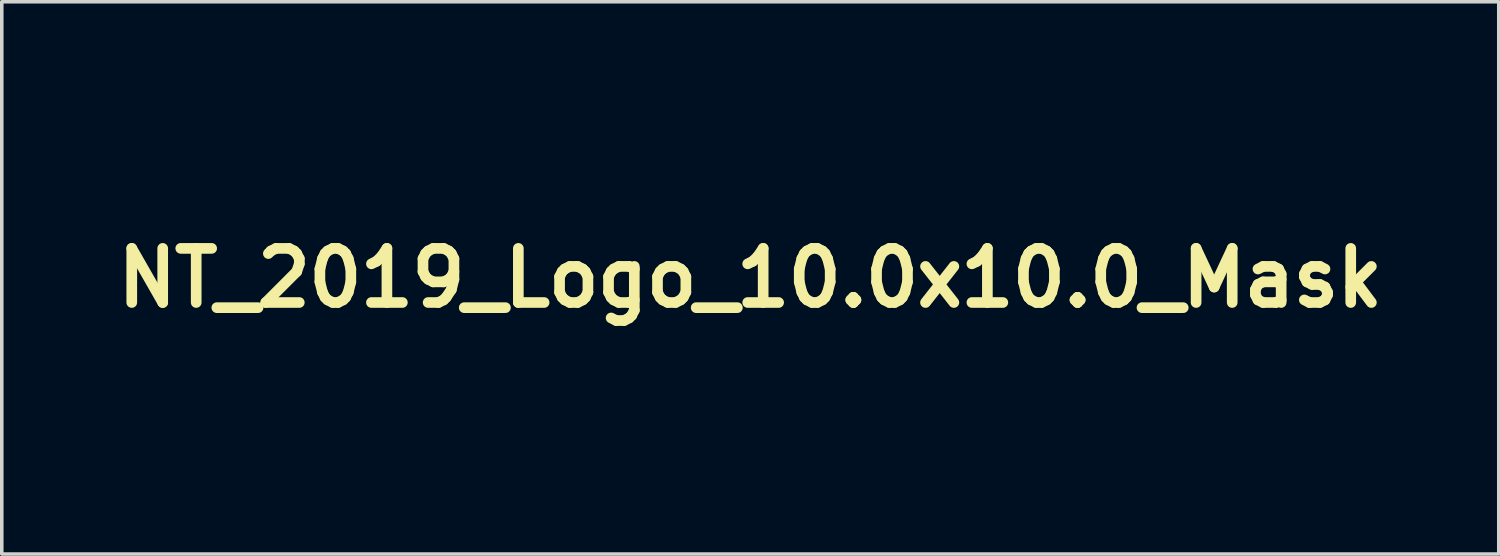
<source format=kicad_pcb>
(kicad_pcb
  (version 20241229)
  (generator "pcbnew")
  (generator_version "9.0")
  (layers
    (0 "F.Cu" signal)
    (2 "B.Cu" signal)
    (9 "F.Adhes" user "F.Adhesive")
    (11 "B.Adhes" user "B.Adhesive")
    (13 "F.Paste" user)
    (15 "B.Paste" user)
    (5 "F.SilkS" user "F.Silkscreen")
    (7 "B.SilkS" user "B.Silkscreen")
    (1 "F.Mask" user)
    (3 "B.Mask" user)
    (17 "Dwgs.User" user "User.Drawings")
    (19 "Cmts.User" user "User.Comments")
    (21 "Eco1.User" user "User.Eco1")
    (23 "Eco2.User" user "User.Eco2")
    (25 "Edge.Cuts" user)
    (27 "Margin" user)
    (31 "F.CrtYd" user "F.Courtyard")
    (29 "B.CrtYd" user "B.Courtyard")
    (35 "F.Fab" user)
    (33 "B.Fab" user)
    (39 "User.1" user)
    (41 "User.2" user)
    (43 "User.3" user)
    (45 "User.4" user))
  (footprint "NT_2019_Logo_10.0x10.0_Mask"
    (layer "F.Cu")
    (at 18.078 4.779)
    (property "Reference" "NT_2019_Logo_10.0x10.0_Mask" (at 0 0 0) (layer "F.SilkS") (effects (font (size 1.524 1.524) (thickness 0.3))))
    (attr through_hole)
    (fp_poly (pts (xy -2.965 2.146) (xy -2.987 2.168) (xy -3.009 2.146) (xy -2.987 2.124) (xy -2.965 2.146)) (stroke (width 0.01) (type solid)) (fill yes) (layer "F.Mask"))
    (fp_poly (pts (xy 2.39 2.81) (xy 2.367 2.832) (xy 2.345 2.81) (xy 2.367 2.788) (xy 2.39 2.81)) (stroke (width 0.01) (type solid)) (fill yes) (layer "F.Mask"))
    (fp_poly (pts (xy 2.39 2.898) (xy 2.367 2.921) (xy 2.345 2.898) (xy 2.367 2.876) (xy 2.39 2.898)) (stroke (width 0.01) (type solid)) (fill yes) (layer "F.Mask"))
    (fp_poly (pts (xy 2.39 2.987) (xy 2.367 3.009) (xy 2.345 2.987) (xy 2.367 2.965) (xy 2.39 2.987)) (stroke (width 0.01) (type solid)) (fill yes) (layer "F.Mask"))
    (fp_poly (pts (xy 2.39 3.075) (xy 2.367 3.098) (xy 2.345 3.075) (xy 2.367 3.053) (xy 2.39 3.075)) (stroke (width 0.01) (type solid)) (fill yes) (layer "F.Mask"))
    (fp_poly (pts (xy 2.434 3.651) (xy 2.412 3.673) (xy 2.39 3.651) (xy 2.412 3.629) (xy 2.434 3.651)) (stroke (width 0.01) (type solid)) (fill yes) (layer "F.Mask"))
    (fp_poly (pts (xy 2.434 3.739) (xy 2.412 3.761) (xy 2.39 3.739) (xy 2.412 3.717) (xy 2.434 3.739)) (stroke (width 0.01) (type solid)) (fill yes) (layer "F.Mask"))
    (fp_poly (pts (xy 2.434 3.828) (xy 2.412 3.85) (xy 2.39 3.828) (xy 2.412 3.806) (xy 2.434 3.828)) (stroke (width 0.01) (type solid)) (fill yes) (layer "F.Mask"))
    (fp_poly (pts (xy 2.434 3.916) (xy 2.412 3.938) (xy 2.39 3.916) (xy 2.412 3.894) (xy 2.434 3.916)) (stroke (width 0.01) (type solid)) (fill yes) (layer "F.Mask"))
    (fp_poly (pts (xy 2.478 3.12) (xy 2.456 3.142) (xy 2.434 3.12) (xy 2.456 3.098) (xy 2.478 3.12)) (stroke (width 0.01) (type solid)) (fill yes) (layer "F.Mask"))
    (fp_poly (pts (xy 2.478 3.208) (xy 2.456 3.23) (xy 2.434 3.208) (xy 2.456 3.186) (xy 2.478 3.208)) (stroke (width 0.01) (type solid)) (fill yes) (layer "F.Mask"))
    (fp_poly (pts (xy 2.478 3.297) (xy 2.456 3.319) (xy 2.434 3.297) (xy 2.456 3.275) (xy 2.478 3.297)) (stroke (width 0.01) (type solid)) (fill yes) (layer "F.Mask"))
    (fp_poly (pts (xy 2.522 4.049) (xy 2.5 4.071) (xy 2.478 4.049) (xy 2.5 4.027) (xy 2.522 4.049)) (stroke (width 0.01) (type solid)) (fill yes) (layer "F.Mask"))
    (fp_poly (pts (xy 2.522 4.137) (xy 2.5 4.16) (xy 2.478 4.137) (xy 2.5 4.115) (xy 2.522 4.137)) (stroke (width 0.01) (type solid)) (fill yes) (layer "F.Mask"))
    (fp_poly (pts (xy 2.522 4.226) (xy 2.5 4.248) (xy 2.478 4.226) (xy 2.5 4.204) (xy 2.522 4.226)) (stroke (width 0.01) (type solid)) (fill yes) (layer "F.Mask"))
    (fp_poly (pts (xy 2.331 -4.012) (xy 2.324 -3.986) (xy 2.301 -3.983) (xy 2.265 -3.999) (xy 2.272 -4.012) (xy 2.324 -4.017) (xy 2.331 -4.012)) (stroke (width 0.01) (type solid)) (fill yes) (layer "F.Mask"))
    (fp_poly (pts (xy 1.283 1.406) (xy 1.283 1.416) (xy 1.249 1.459) (xy 1.236 1.46) (xy 1.21 1.433) (xy 1.217 1.416) (xy 1.257 1.374) (xy 1.264 1.372) (xy 1.283 1.406)) (stroke (width 0.01) (type solid)) (fill yes) (layer "F.Mask"))
    (fp_poly (pts (xy 2.638 -4.265) (xy 2.589 -4.204) (xy 2.522 -4.138) (xy 2.486 -4.115) (xy 2.495 -4.143) (xy 2.544 -4.204) (xy 2.611 -4.269) (xy 2.647 -4.292) (xy 2.638 -4.265)) (stroke (width 0.01) (type solid)) (fill yes) (layer "F.Mask"))
    (fp_poly (pts (xy -1.878 2.6) (xy -1.972 2.7) (xy -2.021 2.741) (xy -2.036 2.73) (xy -2.036 2.73) (xy -2.006 2.695) (xy -1.931 2.622) (xy -1.892 2.586) (xy -1.748 2.456) (xy -1.878 2.6)) (stroke (width 0.01) (type solid)) (fill yes) (layer "F.Mask"))
    (fp_poly (pts (xy -0.829 1.531) (xy -0.819 1.59) (xy -0.849 1.658) (xy -0.887 1.682) (xy -0.943 1.65) (xy -0.948 1.642) (xy -0.942 1.59) (xy -0.893 1.539) (xy -0.84 1.525) (xy -0.829 1.531)) (stroke (width 0.01) (type solid)) (fill yes) (layer "F.Mask"))
    (fp_poly (pts (xy -1.417 2.419) (xy -1.334 2.495) (xy -1.239 2.589) (xy -1.142 2.691) (xy -1.08 2.763) (xy -1.066 2.788) (xy -1.106 2.759) (xy -1.188 2.683) (xy -1.283 2.589) (xy -1.38 2.486) (xy -1.443 2.415) (xy -1.457 2.39) (xy -1.417 2.419)) (stroke (width 0.01) (type solid)) (fill yes) (layer "F.Mask"))
    (fp_poly (pts (xy -1.257 1.931) (xy -1.314 1.999) (xy -1.328 2.013) (xy -1.403 2.088) (xy -1.451 2.124) (xy -1.454 2.124) (xy -1.442 2.096) (xy -1.385 2.028) (xy -1.372 2.013) (xy -1.296 1.939) (xy -1.248 1.903) (xy -1.246 1.903) (xy -1.257 1.931)) (stroke (width 0.01) (type solid)) (fill yes) (layer "F.Mask"))
    (fp_poly (pts (xy 3.698 3.701) (xy 3.636 3.773) (xy 3.584 3.828) (xy 3.493 3.918) (xy 3.428 3.974) (xy 3.412 3.983) (xy 3.427 3.954) (xy 3.488 3.883) (xy 3.54 3.828) (xy 3.631 3.738) (xy 3.696 3.682) (xy 3.712 3.673) (xy 3.698 3.701)) (stroke (width 0.01) (type solid)) (fill yes) (layer "F.Mask"))
    (fp_poly (pts (xy 3.175 -3.74) (xy 3.359 -3.56) (xy 3.488 -3.433) (xy 3.569 -3.35) (xy 3.612 -3.302) (xy 3.624 -3.279) (xy 3.617 -3.275) (xy 3.583 -3.304) (xy 3.5 -3.387) (xy 3.377 -3.51) (xy 3.227 -3.663) (xy 3.163 -3.728) (xy 2.721 -4.182) (xy 3.175 -3.74)) (stroke (width 0.01) (type solid)) (fill yes) (layer "F.Mask"))
    (fp_poly (pts (xy -3.069 0.799) (xy -3.031 0.829) (xy -2.882 0.957) (xy -2.736 1.093) (xy -2.605 1.223) (xy -2.504 1.333) (xy -2.446 1.409) (xy -2.439 1.436) (xy -2.476 1.414) (xy -2.562 1.34) (xy -2.685 1.224) (xy -2.832 1.078) (xy -2.856 1.053) (xy -3.005 0.899) (xy -3.09 0.805) (xy -3.111 0.772) (xy -3.069 0.799)) (stroke (width 0.01) (type solid)) (fill yes) (layer "F.Mask"))
    (fp_poly (pts (xy -2.26 1.622) (xy -2.174 1.702) (xy -2.054 1.819) (xy -1.947 1.925) (xy -1.815 2.06) (xy -1.712 2.169) (xy -1.651 2.238) (xy -1.639 2.257) (xy -1.678 2.227) (xy -1.764 2.148) (xy -1.885 2.031) (xy -1.991 1.925) (xy -2.124 1.79) (xy -2.227 1.681) (xy -2.288 1.612) (xy -2.299 1.593) (xy -2.26 1.622)) (stroke (width 0.01) (type solid)) (fill yes) (layer "F.Mask"))
    (fp_poly (pts (xy -0.147 -0.154) (xy -0.019 -0.089) (xy 0.042 0.019) (xy 0.027 0.161) (xy -0.002 0.224) (xy -0.045 0.274) (xy -0.122 0.3) (xy -0.257 0.309) (xy -0.312 0.31) (xy -0.463 0.306) (xy -0.55 0.289) (xy -0.599 0.25) (xy -0.629 0.195) (xy -0.659 0.088) (xy -0.628 -0.015) (xy -0.616 -0.037) (xy -0.559 -0.113) (xy -0.475 -0.151) (xy -0.337 -0.169) (xy -0.147 -0.154)) (stroke (width 0.01) (type solid)) (fill yes) (layer "F.Mask"))
    (fp_poly (pts (xy -1.238 -2.432) (xy -1.217 -2.345) (xy -1.241 -2.254) (xy -1.317 -2.221) (xy -1.41 -2.237) (xy -1.443 -2.276) (xy -1.448 -2.33) (xy -1.408 -2.33) (xy -1.399 -2.269) (xy -1.343 -2.264) (xy -1.274 -2.307) (xy -1.261 -2.346) (xy -1.289 -2.402) (xy -1.347 -2.405) (xy -1.398 -2.36) (xy -1.408 -2.33) (xy -1.448 -2.33) (xy -1.453 -2.385) (xy -1.4 -2.457) (xy -1.317 -2.47) (xy -1.238 -2.432)) (stroke (width 0.01) (type solid)) (fill yes) (layer "F.Mask"))
    (fp_poly (pts (xy -3.893 3.789) (xy -3.799 3.854) (xy -3.739 3.952) (xy -3.732 4.064) (xy -3.782 4.158) (xy -3.9 4.234) (xy -4.032 4.237) (xy -4.134 4.179) (xy -4.195 4.065) (xy -4.139 4.065) (xy -4.086 4.127) (xy -4.003 4.13) (xy -3.92 4.086) (xy -3.865 4.002) (xy -3.858 3.969) (xy -3.86 3.882) (xy -3.912 3.852) (xy -3.952 3.85) (xy -4.072 3.882) (xy -4.139 3.964) (xy -4.139 4.065) (xy -4.195 4.065) (xy -4.197 4.061) (xy -4.185 3.929) (xy -4.114 3.826) (xy -4.004 3.773) (xy -3.893 3.789)) (stroke (width 0.01) (type solid)) (fill yes) (layer "F.Mask"))
    (fp_poly (pts (xy -3.875 -4.173) (xy -3.774 -4.079) (xy -3.765 -4.065) (xy -3.725 -3.973) (xy -3.738 -3.897) (xy -3.776 -3.833) (xy -3.88 -3.74) (xy -4.006 -3.72) (xy -4.125 -3.778) (xy -4.134 -3.787) (xy -4.196 -3.904) (xy -4.191 -3.973) (xy -4.15 -3.973) (xy -4.138 -3.894) (xy -4.067 -3.85) (xy -3.971 -3.857) (xy -3.891 -3.907) (xy -3.87 -3.943) (xy -3.872 -4.045) (xy -3.929 -4.12) (xy -4.016 -4.141) (xy -4.039 -4.135) (xy -4.113 -4.071) (xy -4.15 -3.973) (xy -4.191 -3.973) (xy -4.186 -4.035) (xy -4.119 -4.134) (xy -3.998 -4.193) (xy -3.875 -4.173)) (stroke (width 0.01) (type solid)) (fill yes) (layer "F.Mask"))
    (fp_poly (pts (xy 4.098 3.776) (xy 4.179 3.831) (xy 4.233 3.934) (xy 4.245 4.064) (xy 4.211 4.175) (xy 4.195 4.195) (xy 4.089 4.246) (xy 3.962 4.237) (xy 3.852 4.174) (xy 3.828 4.143) (xy 3.808 4.085) (xy 3.857 4.085) (xy 3.9 4.112) (xy 3.968 4.108) (xy 4.064 4.077) (xy 4.103 3.998) (xy 4.108 3.968) (xy 4.108 3.88) (xy 4.065 3.853) (xy 3.997 3.858) (xy 3.901 3.888) (xy 3.862 3.967) (xy 3.858 3.997) (xy 3.857 4.085) (xy 3.808 4.085) (xy 3.785 4.018) (xy 3.809 3.903) (xy 3.881 3.813) (xy 3.984 3.766) (xy 4.098 3.776)) (stroke (width 0.01) (type solid)) (fill yes) (layer "F.Mask"))
    (fp_poly (pts (xy 4.139 -4.167) (xy 4.218 -4.076) (xy 4.244 -3.957) (xy 4.207 -3.837) (xy 4.167 -3.79) (xy 4.047 -3.724) (xy 3.927 -3.745) (xy 3.85 -3.806) (xy 3.784 -3.899) (xy 3.768 -3.952) (xy 3.85 -3.952) (xy 3.863 -3.875) (xy 3.922 -3.854) (xy 3.972 -3.858) (xy 4.066 -3.89) (xy 4.104 -3.973) (xy 4.107 -3.994) (xy 4.094 -4.104) (xy 4.051 -4.143) (xy 3.957 -4.139) (xy 3.882 -4.07) (xy 3.85 -3.957) (xy 3.85 -3.952) (xy 3.768 -3.952) (xy 3.761 -3.976) (xy 3.8 -4.08) (xy 3.894 -4.166) (xy 4.01 -4.204) (xy 4.016 -4.204) (xy 4.139 -4.167)) (stroke (width 0.01) (type solid)) (fill yes) (layer "F.Mask"))
    (fp_poly (pts (xy -0.561 -4.774) (xy -0.057 -4.772) (xy 0.451 -4.77) (xy 0.953 -4.766) (xy 1.442 -4.762) (xy 1.91 -4.757) (xy 2.348 -4.751) (xy 2.749 -4.744) (xy 3.103 -4.737) (xy 3.403 -4.729) (xy 3.641 -4.72) (xy 3.807 -4.71) (xy 3.895 -4.7) (xy 3.902 -4.698) (xy 4.201 -4.556) (xy 4.445 -4.352) (xy 4.623 -4.096) (xy 4.757 -3.834) (xy 4.769 -0.071) (xy 4.771 0.62) (xy 4.773 1.228) (xy 4.774 1.759) (xy 4.774 2.218) (xy 4.772 2.612) (xy 4.768 2.947) (xy 4.762 3.227) (xy 4.753 3.46) (xy 4.74 3.65) (xy 4.725 3.804) (xy 4.705 3.926) (xy 4.68 4.024) (xy 4.651 4.102) (xy 4.617 4.167) (xy 4.577 4.224) (xy 4.531 4.279) (xy 4.479 4.337) (xy 4.465 4.354) (xy 4.307 4.498) (xy 4.12 4.622) (xy 4.062 4.651) (xy 3.828 4.757) (xy 0.089 4.765) (xy -0.583 4.766) (xy -1.172 4.767) (xy -1.684 4.767) (xy -2.124 4.767) (xy -2.5 4.765) (xy -2.815 4.763) (xy -3.078 4.76) (xy -3.292 4.755) (xy -3.464 4.75) (xy -3.599 4.743) (xy -3.704 4.735) (xy -3.784 4.725) (xy -3.846 4.714) (xy -3.885 4.703) (xy -4.15 4.582) (xy -4.387 4.391) (xy -4.575 4.151) (xy -4.655 3.992) (xy -4.757 3.739) (xy -4.76 2.887) (xy -4.682 2.887) (xy -4.679 3.245) (xy -4.644 3.584) (xy -4.578 3.882) (xy -4.486 4.117) (xy -4.481 4.126) (xy -4.352 4.317) (xy -4.19 4.464) (xy -3.985 4.569) (xy -3.726 4.639) (xy -3.401 4.677) (xy -3.076 4.688) (xy -2.545 4.691) (xy -2.796 4.439) (xy -2.498 4.439) (xy -2.492 4.509) (xy -2.468 4.577) (xy -2.44 4.566) (xy -2.424 4.539) (xy -2.396 4.445) (xy -2.398 4.403) (xy -2.436 4.363) (xy -2.465 4.373) (xy -2.498 4.439) (xy -2.796 4.439) (xy -3.607 3.628) (xy -4.668 2.565) (xy -4.682 2.887) (xy -4.76 2.887) (xy -4.762 2.481) (xy -4.543 2.481) (xy -4.526 2.526) (xy -4.489 2.569) (xy -4.408 2.659) (xy -4.396 2.637) (xy -4.338 2.637) (xy -3.56 3.409) (xy -3.341 3.629) (xy -3.139 3.835) (xy -2.965 4.016) (xy -2.828 4.162) (xy -2.738 4.264) (xy -2.709 4.304) (xy -2.635 4.426) (xy -2.502 4.292) (xy -2.368 4.159) (xy -3.142 3.385) (xy -2.965 3.385) (xy -2.93 3.472) (xy -2.849 3.552) (xy -2.766 3.584) (xy -2.688 3.555) (xy -2.636 3.515) (xy -2.58 3.433) (xy -2.567 3.385) (xy -2.602 3.298) (xy -2.682 3.219) (xy -2.766 3.186) (xy -2.853 3.221) (xy -2.932 3.301) (xy -2.965 3.385) (xy -3.142 3.385) (xy -3.241 3.286) (xy -3.462 3.065) (xy -3.367 3.065) (xy -3.269 3.17) (xy -3.194 3.242) (xy -3.145 3.274) (xy -3.143 3.275) (xy -3.102 3.245) (xy -3.018 3.166) (xy -2.909 3.055) (xy -2.904 3.05) (xy -2.699 3.05) (xy -2.663 3.096) (xy -2.616 3.118) (xy -2.522 3.189) (xy -2.466 3.309) (xy -2.46 3.441) (xy -2.481 3.503) (xy -2.546 3.597) (xy -2.6 3.644) (xy -2.621 3.677) (xy -2.597 3.734) (xy -2.518 3.829) (xy -2.434 3.916) (xy -2.203 4.15) (xy -2.252 4.378) (xy -2.28 4.515) (xy -2.298 4.618) (xy -2.301 4.65) (xy -2.257 4.659) (xy -2.126 4.667) (xy -1.91 4.673) (xy -1.61 4.678) (xy -1.228 4.681) (xy -0.766 4.683) (xy -0.225 4.684) (xy 0.394 4.682) (xy 0.763 4.681) (xy 1.359 4.678) (xy 1.872 4.676) (xy 2.31 4.674) (xy 2.679 4.671) (xy 2.985 4.667) (xy 3.236 4.663) (xy 3.438 4.658) (xy 3.597 4.652) (xy 3.72 4.644) (xy 3.814 4.635) (xy 3.884 4.624) (xy 3.938 4.611) (xy 3.982 4.596) (xy 4.022 4.578) (xy 4.027 4.576) (xy 4.264 4.421) (xy 4.462 4.206) (xy 4.599 3.955) (xy 4.622 3.889) (xy 4.647 3.769) (xy 4.667 3.604) (xy 4.681 3.412) (xy 4.69 3.211) (xy 4.693 3.019) (xy 4.689 2.855) (xy 4.678 2.734) (xy 4.66 2.676) (xy 4.649 2.675) (xy 4.592 2.671) (xy 4.583 2.66) (xy 4.533 2.654) (xy 4.436 2.686) (xy 4.392 2.707) (xy 4.217 2.763) (xy 3.992 2.784) (xy 3.746 2.772) (xy 3.511 2.729) (xy 3.327 2.66) (xy 3.259 2.632) (xy 3.759 2.632) (xy 3.802 2.639) (xy 3.914 2.641) (xy 3.916 2.641) (xy 4.034 2.639) (xy 4.085 2.633) (xy 4.061 2.623) (xy 3.926 2.616) (xy 3.795 2.623) (xy 3.759 2.632) (xy 3.259 2.632) (xy 3.182 2.6) (xy 4.223 2.6) (xy 4.267 2.607) (xy 4.324 2.599) (xy 4.325 2.584) (xy 4.265 2.574) (xy 4.24 2.581) (xy 4.223 2.6) (xy 3.182 2.6) (xy 3.174 2.597) (xy 3.059 2.589) (xy 3.027 2.597) (xy 2.99 2.616) (xy 2.988 2.641) (xy 3.03 2.681) (xy 3.125 2.743) (xy 3.283 2.834) (xy 3.44 2.921) (xy 3.642 3.03) (xy 3.825 3.123) (xy 3.971 3.192) (xy 4.062 3.228) (xy 4.071 3.231) (xy 4.156 3.261) (xy 4.19 3.314) (xy 4.169 3.395) (xy 4.09 3.513) (xy 3.949 3.675) (xy 3.799 3.832) (xy 3.594 4.033) (xy 3.437 4.166) (xy 3.324 4.234) (xy 3.251 4.237) (xy 3.213 4.18) (xy 3.204 4.112) (xy 3.181 4.029) (xy 3.124 3.889) (xy 3.04 3.713) (xy 2.948 3.537) (xy 2.696 3.075) (xy 2.719 3.407) (xy 2.731 3.608) (xy 2.742 3.853) (xy 2.752 4.101) (xy 2.754 4.182) (xy 2.766 4.624) (xy 2.279 4.624) (xy 2.248 4.226) (xy 2.233 4.017) (xy 2.215 3.756) (xy 2.198 3.477) (xy 2.184 3.252) (xy 2.17 3.021) (xy 2.156 2.875) (xy 2.145 2.818) (xy 2.306 2.818) (xy 2.307 2.924) (xy 2.313 3.079) (xy 2.325 3.292) (xy 2.341 3.572) (xy 2.363 3.928) (xy 2.373 4.082) (xy 2.399 4.514) (xy 2.531 4.514) (xy 2.616 4.508) (xy 2.648 4.473) (xy 2.643 4.383) (xy 2.638 4.348) (xy 2.629 4.248) (xy 2.617 4.079) (xy 2.605 3.859) (xy 2.593 3.607) (xy 2.585 3.429) (xy 2.574 3.179) (xy 2.56 2.958) (xy 2.546 2.783) (xy 2.532 2.669) (xy 2.67 2.669) (xy 2.68 2.716) (xy 2.726 2.823) (xy 2.8 2.975) (xy 2.892 3.157) (xy 2.995 3.353) (xy 3.1 3.546) (xy 3.199 3.721) (xy 3.283 3.863) (xy 3.344 3.955) (xy 3.372 3.983) (xy 3.389 4.008) (xy 3.363 4.049) (xy 3.314 4.113) (xy 3.321 4.117) (xy 3.38 4.066) (xy 3.487 3.963) (xy 3.637 3.812) (xy 3.718 3.729) (xy 3.842 3.599) (xy 3.921 3.514) (xy 3.949 3.48) (xy 3.922 3.501) (xy 3.905 3.516) (xy 3.806 3.602) (xy 3.737 3.647) (xy 3.717 3.645) (xy 3.747 3.587) (xy 3.819 3.504) (xy 3.828 3.496) (xy 3.902 3.418) (xy 3.938 3.367) (xy 3.938 3.363) (xy 3.902 3.332) (xy 3.803 3.268) (xy 3.658 3.183) (xy 3.482 3.083) (xy 3.291 2.977) (xy 3.101 2.875) (xy 2.929 2.785) (xy 2.789 2.715) (xy 2.697 2.675) (xy 2.67 2.669) (xy 2.532 2.669) (xy 2.532 2.669) (xy 2.522 2.633) (xy 2.498 2.589) (xy 2.832 2.589) (xy 2.854 2.611) (xy 2.876 2.589) (xy 2.854 2.567) (xy 2.832 2.589) (xy 2.498 2.589) (xy 2.477 2.551) (xy 2.466 2.522) (xy 2.456 2.51) (xy 2.46 2.573) (xy 2.461 2.578) (xy 2.459 2.667) (xy 2.412 2.698) (xy 2.383 2.699) (xy 2.357 2.698) (xy 2.336 2.7) (xy 2.32 2.715) (xy 2.31 2.751) (xy 2.306 2.818) (xy 2.145 2.818) (xy 2.143 2.81) (xy 2.13 2.823) (xy 2.124 2.854) (xy 2.068 3.067) (xy 1.976 3.241) (xy 1.863 3.356) (xy 1.832 3.373) (xy 1.741 3.399) (xy 1.667 3.366) (xy 1.628 3.329) (xy 1.564 3.211) (xy 1.537 3.044) (xy 1.539 3.028) (xy 1.655 3.028) (xy 1.678 3.177) (xy 1.686 3.195) (xy 1.739 3.293) (xy 1.776 3.193) (xy 1.819 3.126) (xy 1.855 3.118) (xy 1.911 3.111) (xy 1.929 3.091) (xy 1.935 3.061) (xy 1.902 3.076) (xy 1.864 3.086) (xy 1.876 3.03) (xy 1.877 3.027) (xy 1.901 2.943) (xy 1.947 2.943) (xy 1.969 2.965) (xy 1.991 2.943) (xy 1.969 2.921) (xy 1.947 2.943) (xy 1.901 2.943) (xy 1.904 2.933) (xy 1.933 2.795) (xy 1.944 2.732) (xy 1.945 2.718) (xy 1.995 2.718) (xy 2.003 2.775) (xy 2.018 2.776) (xy 2.029 2.717) (xy 2.022 2.691) (xy 2.002 2.674) (xy 1.995 2.718) (xy 1.945 2.718) (xy 1.954 2.588) (xy 1.927 2.522) (xy 1.87 2.537) (xy 1.788 2.636) (xy 1.773 2.66) (xy 1.689 2.846) (xy 1.655 3.028) (xy 1.539 3.028) (xy 1.55 2.857) (xy 1.602 2.683) (xy 1.614 2.658) (xy 1.657 2.567) (xy 1.652 2.53) (xy 1.592 2.522) (xy 1.575 2.522) (xy 1.376 2.486) (xy 1.191 2.39) (xy 1.043 2.25) (xy 0.955 2.085) (xy 0.947 2.051) (xy 0.938 2.014) (xy 1.074 2.014) (xy 1.152 2.126) (xy 1.164 2.137) (xy 1.219 2.193) (xy 1.208 2.192) (xy 1.175 2.168) (xy 1.114 2.125) (xy 1.114 2.136) (xy 1.166 2.198) (xy 1.253 2.265) (xy 1.317 2.268) (xy 1.363 2.265) (xy 1.361 2.283) (xy 1.383 2.307) (xy 1.473 2.317) (xy 1.519 2.316) (xy 1.704 2.307) (xy 1.549 2.342) (xy 1.453 2.366) (xy 1.439 2.377) (xy 1.503 2.383) (xy 1.519 2.384) (xy 1.644 2.372) (xy 1.647 2.371) (xy 1.902 2.371) (xy 1.932 2.449) (xy 1.994 2.477) (xy 2.031 2.427) (xy 2.031 2.426) (xy 2.085 2.426) (xy 2.126 2.475) (xy 2.146 2.478) (xy 2.193 2.448) (xy 2.211 2.348) (xy 2.211 2.314) (xy 2.257 2.314) (xy 2.26 2.476) (xy 2.274 2.567) (xy 2.303 2.606) (xy 2.328 2.611) (xy 2.367 2.599) (xy 2.383 2.549) (xy 2.378 2.442) (xy 2.369 2.356) (xy 2.34 2.179) (xy 2.331 2.146) (xy 2.407 2.146) (xy 2.436 2.25) (xy 2.502 2.419) (xy 2.504 2.425) (xy 2.551 2.519) (xy 2.597 2.545) (xy 2.651 2.525) (xy 2.685 2.502) (xy 3.337 2.502) (xy 3.341 2.523) (xy 3.389 2.559) (xy 3.439 2.566) (xy 3.452 2.549) (xy 3.417 2.521) (xy 3.383 2.505) (xy 3.337 2.502) (xy 2.685 2.502) (xy 2.699 2.493) (xy 2.71 2.456) (xy 2.921 2.456) (xy 2.943 2.478) (xy 2.965 2.456) (xy 2.943 2.434) (xy 2.921 2.456) (xy 2.71 2.456) (xy 2.711 2.454) (xy 2.683 2.383) (xy 2.643 2.309) (xy 2.79 2.309) (xy 2.821 2.332) (xy 2.861 2.368) (xy 2.859 2.382) (xy 2.882 2.404) (xy 2.947 2.412) (xy 3.035 2.386) (xy 3.046 2.355) (xy 3.194 2.355) (xy 3.23 2.436) (xy 3.275 2.46) (xy 3.391 2.477) (xy 3.49 2.508) (xy 3.545 2.542) (xy 3.541 2.566) (xy 3.55 2.58) (xy 3.63 2.584) (xy 3.765 2.578) (xy 3.937 2.562) (xy 4.13 2.539) (xy 4.16 2.535) (xy 4.29 2.517) (xy 4.383 2.505) (xy 4.403 2.503) (xy 4.438 2.471) (xy 4.438 2.456) (xy 4.558 2.456) (xy 4.58 2.478) (xy 4.602 2.456) (xy 4.58 2.434) (xy 4.558 2.456) (xy 4.438 2.456) (xy 4.435 2.374) (xy 4.432 2.353) (xy 4.382 2.299) (xy 4.267 2.242) (xy 4.11 2.19) (xy 3.932 2.151) (xy 3.805 2.135) (xy 3.574 2.134) (xy 3.387 2.167) (xy 3.257 2.227) (xy 3.196 2.311) (xy 3.194 2.355) (xy 3.046 2.355) (xy 3.053 2.337) (xy 3.017 2.266) (xy 2.934 2.228) (xy 2.846 2.237) (xy 2.817 2.258) (xy 2.79 2.309) (xy 2.643 2.309) (xy 2.626 2.279) (xy 2.551 2.165) (xy 2.515 2.129) (xy 2.668 2.129) (xy 2.677 2.173) (xy 2.68 2.181) (xy 2.715 2.235) (xy 2.735 2.236) (xy 2.73 2.189) (xy 2.705 2.156) (xy 2.668 2.129) (xy 2.515 2.129) (xy 2.48 2.093) (xy 2.449 2.08) (xy 2.412 2.094) (xy 2.407 2.146) (xy 2.331 2.146) (xy 2.311 2.082) (xy 2.285 2.068) (xy 2.265 2.137) (xy 2.257 2.293) (xy 2.257 2.314) (xy 2.211 2.314) (xy 2.211 2.312) (xy 2.207 2.208) (xy 2.192 2.181) (xy 2.155 2.218) (xy 2.145 2.232) (xy 2.091 2.336) (xy 2.085 2.426) (xy 2.031 2.426) (xy 2.036 2.377) (xy 2.061 2.264) (xy 2.106 2.175) (xy 2.156 2.085) (xy 2.144 2.052) (xy 2.083 2.08) (xy 2.016 2.139) (xy 1.931 2.257) (xy 1.902 2.371) (xy 1.647 2.371) (xy 1.729 2.344) (xy 1.801 2.271) (xy 1.803 2.179) (xy 1.75 2.079) (xy 1.704 2.032) (xy 2.567 2.032) (xy 2.583 2.061) (xy 2.644 2.086) (xy 2.77 2.113) (xy 2.799 2.118) (xy 2.828 2.088) (xy 2.832 2.058) (xy 2.792 2.005) (xy 2.699 1.991) (xy 2.606 2.003) (xy 2.567 2.032) (xy 2.567 2.032) (xy 1.704 2.032) (xy 1.655 1.984) (xy 1.532 1.904) (xy 1.393 1.853) (xy 1.253 1.841) (xy 1.169 1.86) (xy 1.08 1.924) (xy 1.074 2.014) (xy 0.938 2.014) (xy 0.924 1.955) (xy 0.888 1.93) (xy 0.813 1.961) (xy 0.802 1.966) (xy 0.621 2.033) (xy 0.385 2.083) (xy 0.126 2.112) (xy -0.124 2.115) (xy -0.17 2.111) (xy -0.372 2.085) (xy -0.575 2.035) (xy -0.808 1.953) (xy -0.981 1.883) (xy -0.995 1.903) (xy -0.974 1.99) (xy -0.917 2.149) (xy -0.823 2.381) (xy -0.704 2.659) (xy -0.556 3.006) (xy -0.448 3.275) (xy -0.382 3.47) (xy -0.359 3.591) (xy -0.381 3.643) (xy -0.449 3.625) (xy -0.566 3.542) (xy -0.732 3.394) (xy -0.949 3.186) (xy -1.021 3.114) (xy -1.594 2.547) (xy -1.758 2.71) (xy -1.921 2.874) (xy -1.818 2.983) (xy -1.745 3.091) (xy -1.756 3.172) (xy -1.852 3.227) (xy -1.932 3.246) (xy -2.141 3.272) (xy -2.289 3.267) (xy -2.4 3.225) (xy -2.499 3.143) (xy -2.5 3.142) (xy -2.529 3.115) (xy -2.285 3.115) (xy -2.235 3.136) (xy -2.114 3.142) (xy -2.107 3.142) (xy -1.987 3.135) (xy -1.916 3.119) (xy -1.907 3.109) (xy -1.94 3.063) (xy -2.02 2.983) (xy -2.084 2.926) (xy -2.257 2.778) (xy -2.257 2.89) (xy -2.267 3.005) (xy -2.284 3.072) (xy -2.285 3.115) (xy -2.529 3.115) (xy -2.61 3.041) (xy -2.678 3.011) (xy -2.699 3.05) (xy -2.904 3.05) (xy -2.897 3.043) (xy -2.799 2.938) (xy -2.763 2.894) (xy -2.787 2.91) (xy -2.85 2.965) (xy -3.023 3.12) (xy -2.901 2.954) (xy -2.828 2.829) (xy -2.816 2.775) (xy -2.655 2.775) (xy -2.627 2.822) (xy -2.555 2.907) (xy -2.514 2.951) (xy -2.41 3.039) (xy -2.344 3.047) (xy -2.309 2.974) (xy -2.302 2.865) (xy -2.309 2.787) (xy -2.35 2.752) (xy -2.449 2.744) (xy -2.478 2.744) (xy -2.589 2.75) (xy -2.651 2.768) (xy -2.655 2.775) (xy -2.816 2.775) (xy -2.805 2.726) (xy -2.826 2.68) (xy -2.735 2.68) (xy -2.289 2.7) (xy -2.483 2.527) (xy -2.587 2.436) (xy -2.659 2.376) (xy -2.682 2.361) (xy -2.691 2.404) (xy -2.707 2.502) (xy -2.711 2.524) (xy -2.735 2.68) (xy -2.826 2.68) (xy -2.833 2.665) (xy -2.87 2.655) (xy -2.921 2.683) (xy -3.017 2.755) (xy -3.136 2.857) (xy -3.139 2.86) (xy -3.367 3.065) (xy -3.462 3.065) (xy -3.828 2.699) (xy -3.584 2.699) (xy -3.551 2.832) (xy -3.465 2.907) (xy -3.35 2.916) (xy -3.226 2.85) (xy -3.223 2.847) (xy -3.148 2.734) (xy -3.148 2.618) (xy -3.213 2.525) (xy -3.334 2.479) (xy -3.363 2.478) (xy -3.498 2.51) (xy -3.571 2.605) (xy -3.584 2.699) (xy -3.828 2.699) (xy -4.114 2.413) (xy -4.338 2.637) (xy -4.396 2.637) (xy -4.353 2.557) (xy -4.321 2.48) (xy -4.344 2.447) (xy -4.364 2.441) (xy -4.464 2.443) (xy -4.5 2.453) (xy -4.543 2.481) (xy -4.762 2.481) (xy -4.762 2.345) (xy -4.696 2.345) (xy -4.372 2.318) (xy -4.049 2.292) (xy -3.748 2.606) (xy -3.626 2.476) (xy -3.521 2.39) (xy -3.417 2.347) (xy -3.401 2.345) (xy -3.34 2.338) (xy -3.311 2.303) (xy -3.311 2.29) (xy -3.142 2.29) (xy -3.115 2.326) (xy -3.045 2.407) (xy -2.976 2.485) (xy -2.81 2.668) (xy -2.782 2.54) (xy -2.76 2.424) (xy -2.749 2.345) (xy -2.769 2.302) (xy -2.851 2.282) (xy -2.943 2.279) (xy -3.061 2.281) (xy -3.133 2.287) (xy -3.142 2.29) (xy -3.311 2.29) (xy -3.307 2.216) (xy -3.307 2.213) (xy -3.186 2.213) (xy -3.009 2.213) (xy -2.898 2.21) (xy -2.837 2.202) (xy -2.832 2.199) (xy -2.861 2.164) (xy -2.936 2.086) (xy -2.985 2.038) (xy -2.895 2.038) (xy -2.499 2.435) (xy -2.348 2.585) (xy -2.22 2.709) (xy -2.128 2.795) (xy -2.084 2.832) (xy -2.082 2.832) (xy -2.042 2.803) (xy -1.958 2.728) (xy -1.849 2.623) (xy -1.636 2.414) (xy -1.661 2.389) (xy -1.57 2.389) (xy -1.064 2.897) (xy -0.893 3.067) (xy -0.745 3.21) (xy -0.631 3.319) (xy -0.562 3.381) (xy -0.545 3.392) (xy -0.557 3.349) (xy -0.599 3.239) (xy -0.666 3.074) (xy -0.751 2.869) (xy -0.825 2.696) (xy -0.923 2.469) (xy -1.009 2.271) (xy -1.077 2.117) (xy -1.122 2.02) (xy -1.135 1.993) (xy -1.173 2.012) (xy -1.255 2.08) (xy -1.362 2.181) (xy -1.57 2.389) (xy -1.661 2.389) (xy -2.045 2.004) (xy -2.2 1.851) (xy -2.333 1.724) (xy -2.432 1.634) (xy -2.485 1.594) (xy -2.485 1.594) (xy -2.365 1.594) (xy -1.991 1.97) (xy -1.617 2.346) (xy -1.174 1.903) (xy -1.485 1.59) (xy -1.106 1.59) (xy -1.07 1.632) (xy -1.037 1.637) (xy -0.993 1.66) (xy -0.998 1.685) (xy -0.986 1.717) (xy -0.901 1.718) (xy -0.799 1.684) (xy -0.767 1.618) (xy -0.708 1.618) (xy -0.687 1.664) (xy -0.664 1.659) (xy -0.638 1.625) (xy -0.561 1.625) (xy -0.481 1.658) (xy -0.431 1.672) (xy -0.328 1.719) (xy -0.29 1.779) (xy -0.322 1.83) (xy -0.387 1.851) (xy -0.472 1.881) (xy -0.477 1.921) (xy -0.405 1.946) (xy -0.377 1.947) (xy -0.285 1.921) (xy -0.238 1.83) (xy -0.238 1.83) (xy -0.238 1.817) (xy -0.111 1.817) (xy -0.07 1.869) (xy 0.037 1.907) (xy 0.044 1.908) (xy 0.157 1.928) (xy 0.228 1.94) (xy 0.232 1.941) (xy 0.264 1.914) (xy 0.266 1.903) (xy 0.227 1.871) (xy 0.135 1.859) (xy 0.018 1.842) (xy -0.018 1.799) (xy 0.032 1.738) (xy 0.091 1.702) (xy 0.133 1.676) (xy 0.288 1.676) (xy 0.407 1.679) (xy 0.507 1.698) (xy 0.557 1.737) (xy 0.542 1.781) (xy 0.512 1.797) (xy 0.451 1.841) (xy 0.443 1.865) (xy 0.474 1.88) (xy 0.531 1.859) (xy 0.601 1.797) (xy 0.62 1.752) (xy 0.583 1.661) (xy 0.493 1.619) (xy 0.393 1.634) (xy 0.288 1.676) (xy 0.133 1.676) (xy 0.176 1.649) (xy 0.207 1.611) (xy 0.205 1.607) (xy 0.152 1.608) (xy 0.065 1.65) (xy -0.027 1.714) (xy -0.094 1.781) (xy -0.111 1.817) (xy -0.238 1.817) (xy -0.245 1.71) (xy -0.324 1.627) (xy -0.462 1.593) (xy -0.473 1.593) (xy -0.559 1.602) (xy -0.561 1.625) (xy -0.638 1.625) (xy -0.621 1.603) (xy -0.62 1.59) (xy -0.641 1.565) (xy 0.62 1.565) (xy 0.652 1.585) (xy 0.686 1.577) (xy 0.743 1.582) (xy 0.752 1.608) (xy 0.782 1.685) (xy 0.845 1.752) (xy 0.89 1.77) (xy 0.955 1.756) (xy 0.992 1.743) (xy 1.057 1.699) (xy 1.047 1.664) (xy 0.971 1.659) (xy 0.951 1.663) (xy 0.869 1.672) (xy 0.842 1.627) (xy 0.841 1.596) (xy 0.868 1.509) (xy 0.907 1.476) (xy 0.966 1.435) (xy 0.974 1.415) (xy 0.938 1.408) (xy 0.847 1.433) (xy 0.797 1.453) (xy 0.689 1.506) (xy 0.626 1.552) (xy 0.62 1.565) (xy -0.641 1.565) (xy -0.653 1.55) (xy -0.664 1.549) (xy -0.703 1.585) (xy -0.708 1.618) (xy -0.767 1.618) (xy -0.76 1.604) (xy -0.776 1.496) (xy -0.812 1.438) (xy -0.882 1.388) (xy -0.94 1.373) (xy -0.96 1.396) (xy -0.95 1.418) (xy -0.95 1.482) (xy -0.992 1.545) (xy -1.049 1.573) (xy -1.067 1.568) (xy -1.104 1.576) (xy -1.106 1.59) (xy -1.485 1.59) (xy -1.526 1.549) (xy -1.671 1.407) (xy -1.796 1.293) (xy -1.799 1.29) (xy -1.46 1.29) (xy -1.432 1.325) (xy -1.376 1.311) (xy -1.35 1.283) (xy -1.295 1.238) (xy -1.258 1.265) (xy -1.262 1.33) (xy -1.262 1.411) (xy -1.231 1.498) (xy -1.187 1.547) (xy -1.178 1.549) (xy -1.174 1.509) (xy -1.17 1.407) (xy -1.169 1.367) (xy 1.046 1.367) (xy 1.098 1.35) (xy 1.134 1.323) (xy 1.185 1.287) (xy 1.189 1.319) (xy 1.176 1.361) (xy 1.165 1.474) (xy 1.211 1.535) (xy 1.276 1.538) (xy 1.333 1.489) (xy 1.341 1.4) (xy 1.342 1.318) (xy 1.369 1.309) (xy 1.396 1.329) (xy 1.449 1.357) (xy 1.455 1.323) (xy 1.416 1.242) (xy 1.391 1.204) (xy 1.322 1.138) (xy 1.271 1.139) (xy 1.26 1.201) (xy 1.267 1.229) (xy 1.279 1.278) (xy 1.251 1.248) (xy 1.246 1.241) (xy 1.203 1.203) (xy 1.148 1.225) (xy 1.109 1.259) (xy 1.047 1.331) (xy 1.046 1.367) (xy -1.169 1.367) (xy -1.168 1.326) (xy -1.171 1.203) (xy -1.182 1.128) (xy -1.191 1.118) (xy -1.246 1.145) (xy -1.339 1.192) (xy -1.424 1.246) (xy -1.46 1.29) (xy -1.46 1.29) (xy -1.799 1.29) (xy -1.886 1.218) (xy -1.926 1.195) (xy -1.979 1.224) (xy -2.072 1.301) (xy -2.169 1.394) (xy -2.365 1.594) (xy -2.485 1.594) (xy -2.488 1.593) (xy -2.519 1.629) (xy -2.522 1.656) (xy -2.554 1.718) (xy -2.635 1.81) (xy -2.708 1.878) (xy -2.895 2.038) (xy -2.985 2.038) (xy -3.009 2.013) (xy -3.186 1.841) (xy -3.186 2.213) (xy -3.307 2.213) (xy -3.312 2.122) (xy -3.315 1.921) (xy -3.293 1.773) (xy -3.251 1.693) (xy -3.221 1.682) (xy -3.155 1.71) (xy -3.068 1.777) (xy -3.067 1.778) (xy -2.963 1.875) (xy -2.786 1.702) (xy -2.609 1.529) (xy -3.097 1.041) (xy -3.264 0.869) (xy -3.407 0.717) (xy -3.514 0.595) (xy -3.52 0.588) (xy -3.319 0.588) (xy -3.313 0.609) (xy -3.252 0.682) (xy -3.147 0.798) (xy -3.005 0.947) (xy -2.899 1.056) (xy -2.731 1.225) (xy -2.585 1.368) (xy -2.473 1.477) (xy -2.404 1.538) (xy -2.388 1.549) (xy -2.347 1.52) (xy -2.263 1.444) (xy -2.169 1.351) (xy -2.071 1.246) (xy -2.009 1.168) (xy -1.994 1.135) (xy -2.038 1.115) (xy -2.147 1.068) (xy -2.189 1.05) (xy -1.656 1.05) (xy -1.652 1.088) (xy -1.599 1.129) (xy -1.51 1.141) (xy -1.422 1.126) (xy -1.373 1.085) (xy -1.372 1.075) (xy -1.343 1.022) (xy -1.325 1.018) (xy -1.301 0.99) (xy -1.311 0.965) (xy -1.315 0.961) (xy 1.376 0.961) (xy 1.387 1.008) (xy 1.433 1.018) (xy 1.51 1.049) (xy 1.549 1.084) (xy 1.604 1.139) (xy 1.625 1.151) (xy 1.631 1.117) (xy 1.621 1.084) (xy 1.627 1.027) (xy 1.654 1.018) (xy 1.725 0.987) (xy 1.792 0.929) (xy 1.842 0.861) (xy 1.828 0.845) (xy 1.754 0.881) (xy 1.683 0.928) (xy 1.576 0.984) (xy 1.516 0.971) (xy 1.505 0.922) (xy 1.54 0.889) (xy 1.571 0.885) (xy 1.63 0.875) (xy 1.637 0.867) (xy 1.651 0.815) (xy 1.666 0.773) (xy 1.67 0.735) (xy 1.629 0.745) (xy 1.534 0.803) (xy 1.427 0.888) (xy 1.376 0.961) (xy -1.315 0.961) (xy -1.344 0.934) (xy -1.361 0.965) (xy -1.415 1.013) (xy -1.442 1.018) (xy -1.498 1.044) (xy -1.505 1.065) (xy -1.533 1.089) (xy -1.558 1.079) (xy -1.588 1.045) (xy -1.557 1.028) (xy -1.524 0.986) (xy -1.53 0.968) (xy -1.576 0.95) (xy -1.627 0.987) (xy -1.656 1.05) (xy -2.189 1.05) (xy -2.304 1.002) (xy -2.493 0.923) (xy -2.696 0.839) (xy -2.896 0.757) (xy -3.078 0.683) (xy -3.223 0.625) (xy -3.315 0.589) (xy -3.319 0.588) (xy -3.52 0.588) (xy -3.575 0.516) (xy -3.584 0.496) (xy -3.58 0.458) (xy -3.561 0.434) (xy -3.52 0.425) (xy -3.451 0.433) (xy -3.347 0.461) (xy -3.199 0.511) (xy -3.001 0.586) (xy -2.747 0.687) (xy -2.427 0.817) (xy -2.037 0.979) (xy -1.865 1.05) (xy -1.836 1.046) (xy -1.855 0.983) (xy -1.879 0.934) (xy -1.726 0.934) (xy -1.696 0.945) (xy -1.629 0.911) (xy -1.538 0.869) (xy -1.474 0.892) (xy -1.425 0.916) (xy -1.417 0.886) (xy -1.448 0.824) (xy -1.491 0.772) (xy -1.552 0.724) (xy -1.582 0.745) (xy -1.586 0.757) (xy -1.64 0.835) (xy -1.666 0.854) (xy -1.719 0.91) (xy -1.726 0.934) (xy -1.879 0.934) (xy -1.883 0.925) (xy -1.994 0.634) (xy -2.061 0.297) (xy -2.079 -0.056) (xy -2.058 -0.267) (xy -1.814 -0.267) (xy -1.806 -0.224) (xy -1.769 -0.197) (xy -1.686 -0.181) (xy -1.54 -0.171) (xy -1.449 -0.168) (xy -1.263 -0.158) (xy -1.15 -0.142) (xy -1.096 -0.117) (xy -1.084 -0.089) (xy -1.106 -0.051) (xy -1.181 -0.025) (xy -1.324 -0.006) (xy -1.407 0) (xy -1.611 0.023) (xy -1.734 0.058) (xy -1.771 0.089) (xy -1.801 0.178) (xy -1.813 0.298) (xy -1.805 0.407) (xy -1.785 0.457) (xy -1.731 0.47) (xy -1.608 0.48) (xy -1.439 0.486) (xy -1.32 0.487) (xy -1.121 0.486) (xy -0.994 0.48) (xy -0.923 0.466) (xy -0.892 0.44) (xy -0.885 0.401) (xy -0.885 0.398) (xy -0.892 0.355) (xy -0.925 0.329) (xy -1 0.315) (xy -1.135 0.31) (xy -1.261 0.31) (xy -1.449 0.307) (xy -1.564 0.297) (xy -1.622 0.276) (xy -1.637 0.243) (xy -1.618 0.206) (xy -1.55 0.186) (xy -1.416 0.178) (xy -1.348 0.177) (xy -1.181 0.172) (xy -1.073 0.152) (xy -0.995 0.109) (xy -0.949 0.068) (xy -0.942 0.06) (xy -0.805 0.06) (xy -0.789 0.24) (xy -0.732 0.38) (xy -0.69 0.434) (xy -0.64 0.466) (xy -0.56 0.48) (xy -0.427 0.481) (xy -0.297 0.477) (xy 0.066 0.465) (xy 0.148 0.297) (xy 0.205 0.095) (xy 0.186 -0.066) (xy 0.272 -0.066) (xy 0.308 -0.006) (xy 0.357 0.03) (xy 0.371 0.029) (xy 0.472 -0.011) (xy 0.525 -0.014) (xy 0.544 0.036) (xy 0.542 0.153) (xy 0.538 0.221) (xy 0.532 0.368) (xy 0.539 0.447) (xy 0.567 0.48) (xy 0.625 0.487) (xy 0.638 0.487) (xy 0.752 0.487) (xy 0.752 0.087) (xy 0.748 -0.08) (xy 0.841 -0.08) (xy 0.88 0.045) (xy 0.995 0.13) (xy 1.181 0.173) (xy 1.283 0.177) (xy 1.432 0.174) (xy 1.512 0.16) (xy 1.544 0.128) (xy 1.549 0.089) (xy 1.538 0.037) (xy 1.492 0.011) (xy 1.389 0.001) (xy 1.308 0) (xy 1.149 -0.012) (xy 1.051 -0.043) (xy 1.024 -0.089) (xy 1.067 -0.138) (xy 1.145 -0.159) (xy 1.274 -0.168) (xy 1.348 -0.166) (xy 1.49 -0.151) (xy 1.573 -0.116) (xy 1.627 -0.047) (xy 1.629 -0.044) (xy 1.667 0.074) (xy 1.642 0.188) (xy 1.614 0.25) (xy 1.573 0.286) (xy 1.5 0.304) (xy 1.371 0.309) (xy 1.262 0.31) (xy 1.092 0.312) (xy 0.992 0.321) (xy 0.944 0.343) (xy 0.93 0.382) (xy 0.929 0.398) (xy 0.937 0.442) (xy 0.971 0.469) (xy 1.049 0.482) (xy 1.19 0.486) (xy 1.283 0.487) (xy 1.471 0.483) (xy 1.594 0.469) (xy 1.673 0.44) (xy 1.726 0.398) (xy 1.798 0.271) (xy 1.821 0.103) (xy 1.798 -0.071) (xy 1.729 -0.218) (xy 1.701 -0.25) (xy 1.633 -0.31) (xy 1.563 -0.342) (xy 1.464 -0.353) (xy 1.308 -0.348) (xy 1.276 -0.346) (xy 1.065 -0.321) (xy 0.93 -0.27) (xy 0.859 -0.186) (xy 0.841 -0.08) (xy 0.748 -0.08) (xy 0.747 -0.133) (xy 0.725 -0.272) (xy 0.682 -0.338) (xy 0.61 -0.337) (xy 0.503 -0.276) (xy 0.453 -0.241) (xy 0.353 -0.166) (xy 0.287 -0.118) (xy 0.276 -0.109) (xy 0.272 -0.066) (xy 0.186 -0.066) (xy 0.182 -0.098) (xy 0.086 -0.258) (xy 0.022 -0.311) (xy -0.064 -0.341) (xy -0.196 -0.353) (xy -0.304 -0.354) (xy -0.473 -0.35) (xy -0.58 -0.332) (xy -0.655 -0.294) (xy -0.704 -0.248) (xy -0.776 -0.115) (xy -0.805 0.06) (xy -0.942 0.06) (xy -0.864 -0.033) (xy -0.852 -0.115) (xy -0.912 -0.206) (xy -0.949 -0.245) (xy -1.011 -0.299) (xy -1.081 -0.331) (xy -1.181 -0.348) (xy -1.335 -0.354) (xy -1.436 -0.354) (xy -1.62 -0.352) (xy -1.732 -0.345) (xy -1.79 -0.327) (xy -1.812 -0.295) (xy -1.814 -0.267) (xy -2.058 -0.267) (xy -2.046 -0.393) (xy -2.02 -0.509) (xy -1.876 -0.887) (xy -1.66 -1.235) (xy -1.386 -1.537) (xy -1.066 -1.778) (xy -0.939 -1.847) (xy -0.544 -1.998) (xy -0.144 -2.067) (xy 0.251 -2.059) (xy 0.633 -1.977) (xy 0.99 -1.829) (xy 1.314 -1.617) (xy 1.596 -1.348) (xy 1.826 -1.026) (xy 1.994 -0.657) (xy 2.088 -0.271) (xy 2.105 0.12) (xy 2.046 0.514) (xy 1.917 0.89) (xy 1.725 1.23) (xy 1.533 1.46) (xy 1.334 1.658) (xy 1.552 1.762) (xy 1.684 1.836) (xy 1.784 1.912) (xy 1.816 1.95) (xy 1.865 2.008) (xy 1.932 1.99) (xy 1.944 1.983) (xy 1.998 1.939) (xy 1.996 1.889) (xy 1.955 1.822) (xy 1.9 1.671) (xy 1.887 1.473) (xy 1.889 1.459) (xy 2.036 1.459) (xy 2.045 1.656) (xy 2.127 1.83) (xy 2.13 1.834) (xy 2.182 1.893) (xy 2.238 1.928) (xy 2.319 1.944) (xy 2.451 1.946) (xy 2.584 1.943) (xy 2.769 1.931) (xy 2.932 1.909) (xy 3.043 1.882) (xy 3.055 1.877) (xy 3.218 1.767) (xy 3.388 1.601) (xy 3.543 1.408) (xy 3.658 1.213) (xy 3.66 1.208) (xy 3.73 1.029) (xy 3.755 0.875) (xy 3.751 0.744) (xy 3.701 0.532) (xy 3.594 0.387) (xy 3.425 0.302) (xy 3.283 0.276) (xy 3.04 0.294) (xy 2.788 0.384) (xy 2.543 0.536) (xy 2.325 0.738) (xy 2.152 0.978) (xy 2.151 0.98) (xy 2.067 1.128) (xy 2.217 0.99) (xy 2.378 0.857) (xy 2.518 0.784) (xy 2.67 0.755) (xy 2.743 0.752) (xy 2.97 0.787) (xy 3.142 0.886) (xy 3.251 1.044) (xy 3.291 1.254) (xy 3.29 1.286) (xy 3.264 1.428) (xy 3.202 1.587) (xy 3.119 1.735) (xy 3.03 1.843) (xy 2.977 1.878) (xy 2.942 1.88) (xy 2.972 1.832) (xy 3.015 1.784) (xy 3.143 1.624) (xy 3.209 1.47) (xy 3.23 1.284) (xy 3.23 1.261) (xy 3.195 1.06) (xy 3.098 0.912) (xy 2.952 0.822) (xy 2.769 0.794) (xy 2.563 0.835) (xy 2.384 0.923) (xy 2.21 1.074) (xy 2.092 1.259) (xy 2.036 1.459) (xy 1.889 1.459) (xy 1.914 1.256) (xy 1.98 1.051) (xy 2.129 0.803) (xy 2.338 0.566) (xy 2.582 0.366) (xy 2.795 0.244) (xy 3.071 0.157) (xy 3.32 0.147) (xy 3.534 0.206) (xy 3.704 0.326) (xy 3.823 0.497) (xy 3.882 0.711) (xy 3.874 0.958) (xy 3.791 1.231) (xy 3.76 1.298) (xy 3.653 1.47) (xy 3.507 1.65) (xy 3.344 1.814) (xy 3.186 1.941) (xy 3.09 1.994) (xy 3.002 2.036) (xy 2.988 2.068) (xy 3.034 2.109) (xy 3.105 2.143) (xy 3.173 2.113) (xy 3.199 2.09) (xy 3.258 2.053) (xy 3.348 2.029) (xy 3.486 2.017) (xy 3.693 2.014) (xy 3.711 2.014) (xy 3.916 2.016) (xy 4.062 2.027) (xy 4.176 2.052) (xy 4.287 2.097) (xy 4.403 2.157) (xy 4.668 2.301) (xy 4.68 -0.675) (xy 4.682 -1.294) (xy 4.684 -1.831) (xy 4.684 -2.292) (xy 4.683 -2.685) (xy 4.679 -3.014) (xy 4.672 -3.288) (xy 4.661 -3.512) (xy 4.647 -3.693) (xy 4.627 -3.837) (xy 4.602 -3.952) (xy 4.571 -4.042) (xy 4.534 -4.116) (xy 4.49 -4.179) (xy 4.438 -4.237) (xy 4.378 -4.298) (xy 4.356 -4.319) (xy 4.199 -4.45) (xy 4.016 -4.546) (xy 3.79 -4.613) (xy 3.504 -4.657) (xy 3.308 -4.674) (xy 3.099 -4.686) (xy 2.966 -4.684) (xy 2.899 -4.667) (xy 2.885 -4.629) (xy 2.913 -4.568) (xy 2.917 -4.562) (xy 2.933 -4.467) (xy 2.915 -4.388) (xy 2.905 -4.346) (xy 2.912 -4.299) (xy 2.944 -4.239) (xy 3.009 -4.156) (xy 3.115 -4.039) (xy 3.268 -3.88) (xy 3.472 -3.673) (xy 3.659 -3.481) (xy 3.821 -3.308) (xy 3.951 -3.163) (xy 4.037 -3.059) (xy 4.071 -3.004) (xy 4.071 -3.003) (xy 4.101 -2.933) (xy 4.176 -2.839) (xy 4.208 -2.807) (xy 4.355 -2.637) (xy 4.446 -2.467) (xy 4.469 -2.347) (xy 4.443 -2.271) (xy 4.368 -2.262) (xy 4.251 -2.318) (xy 4.099 -2.436) (xy 4.053 -2.478) (xy 3.925 -2.587) (xy 3.809 -2.667) (xy 3.73 -2.699) (xy 3.726 -2.699) (xy 3.639 -2.718) (xy 3.606 -2.744) (xy 3.533 -2.783) (xy 3.404 -2.778) (xy 3.238 -2.731) (xy 3.117 -2.678) (xy 3.005 -2.611) (xy 2.86 -2.51) (xy 2.698 -2.387) (xy 2.533 -2.255) (xy 2.383 -2.127) (xy 2.262 -2.016) (xy 2.186 -1.934) (xy 2.168 -1.901) (xy 2.205 -1.853) (xy 2.273 -1.817) (xy 2.376 -1.742) (xy 2.406 -1.632) (xy 2.365 -1.497) (xy 2.254 -1.348) (xy 2.166 -1.266) (xy 2.04 -1.178) (xy 1.934 -1.154) (xy 1.831 -1.199) (xy 1.718 -1.317) (xy 1.642 -1.42) (xy 1.496 -1.6) (xy 1.361 -1.72) (xy 1.304 -1.751) (xy 1.173 -1.835) (xy 1.16 -1.866) (xy 1.421 -1.866) (xy 1.572 -1.706) (xy 1.68 -1.58) (xy 1.775 -1.454) (xy 1.8 -1.415) (xy 1.883 -1.314) (xy 1.973 -1.293) (xy 2.079 -1.354) (xy 2.164 -1.44) (xy 2.264 -1.567) (xy 2.297 -1.646) (xy 2.263 -1.679) (xy 2.237 -1.682) (xy 2.176 -1.711) (xy 2.074 -1.788) (xy 1.951 -1.898) (xy 1.932 -1.916) (xy 1.884 -1.963) (xy 1.951 -1.963) (xy 1.966 -1.947) (xy 1.974 -1.947) (xy 2.016 -1.975) (xy 2.109 -2.049) (xy 2.238 -2.158) (xy 2.353 -2.258) (xy 2.606 -2.475) (xy 2.814 -2.636) (xy 2.991 -2.751) (xy 3.15 -2.829) (xy 3.197 -2.847) (xy 3.927 -2.847) (xy 3.934 -2.805) (xy 3.992 -2.722) (xy 4.078 -2.626) (xy 4.179 -2.533) (xy 4.254 -2.481) (xy 4.286 -2.481) (xy 4.267 -2.538) (xy 4.199 -2.631) (xy 4.135 -2.702) (xy 4.036 -2.792) (xy 3.957 -2.843) (xy 3.927 -2.847) (xy 3.197 -2.847) (xy 3.216 -2.854) (xy 3.325 -2.9) (xy 3.39 -2.943) (xy 3.396 -2.952) (xy 3.374 -3.001) (xy 3.306 -3.086) (xy 3.213 -3.187) (xy 3.117 -3.281) (xy 3.037 -3.346) (xy 3 -3.363) (xy 2.97 -3.326) (xy 2.965 -3.283) (xy 2.932 -3.169) (xy 2.837 -3.007) (xy 2.687 -2.805) (xy 2.488 -2.571) (xy 2.323 -2.395) (xy 2.152 -2.215) (xy 2.037 -2.088) (xy 1.972 -2.007) (xy 1.951 -1.963) (xy 1.884 -1.963) (xy 1.692 -2.151) (xy 1.556 -2.008) (xy 1.421 -1.866) (xy 1.16 -1.866) (xy 1.126 -1.945) (xy 1.126 -1.945) (xy 1.241 -1.945) (xy 1.273 -1.905) (xy 1.353 -1.92) (xy 1.472 -1.998) (xy 1.531 -2.053) (xy 1.62 -2.151) (xy 1.674 -2.229) (xy 1.682 -2.252) (xy 1.651 -2.298) (xy 1.574 -2.296) (xy 1.474 -2.25) (xy 1.373 -2.169) (xy 1.367 -2.164) (xy 1.269 -2.034) (xy 1.241 -1.945) (xy 1.126 -1.945) (xy 1.161 -2.085) (xy 1.192 -2.142) (xy 1.321 -2.303) (xy 1.462 -2.399) (xy 1.599 -2.428) (xy 1.719 -2.387) (xy 1.809 -2.273) (xy 1.811 -2.268) (xy 1.862 -2.173) (xy 1.903 -2.125) (xy 1.908 -2.124) (xy 1.949 -2.155) (xy 2.035 -2.241) (xy 2.154 -2.368) (xy 2.294 -2.523) (xy 2.303 -2.533) (xy 2.498 -2.766) (xy 2.661 -2.985) (xy 2.784 -3.178) (xy 2.858 -3.331) (xy 2.876 -3.415) (xy 2.847 -3.473) (xy 2.771 -3.571) (xy 2.673 -3.677) (xy 2.56 -3.787) (xy 2.485 -3.844) (xy 2.423 -3.857) (xy 2.351 -3.838) (xy 2.341 -3.835) (xy 2.238 -3.809) (xy 2.162 -3.84) (xy 2.118 -3.88) (xy 2.055 -3.978) (xy 2.056 -4.092) (xy 2.063 -4.105) (xy 2.187 -4.105) (xy 2.195 -4.01) (xy 2.267 -3.948) (xy 2.315 -3.939) (xy 2.363 -3.967) (xy 2.397 -3.994) (xy 2.514 -3.994) (xy 3.105 -3.413) (xy 3.332 -3.193) (xy 3.508 -3.031) (xy 3.64 -2.924) (xy 3.738 -2.865) (xy 3.81 -2.85) (xy 3.865 -2.874) (xy 3.91 -2.93) (xy 3.929 -2.999) (xy 3.888 -3.077) (xy 3.853 -3.116) (xy 3.772 -3.184) (xy 3.709 -3.202) (xy 3.704 -3.2) (xy 3.679 -3.2) (xy 3.686 -3.215) (xy 3.665 -3.26) (xy 3.591 -3.354) (xy 3.474 -3.486) (xy 3.323 -3.645) (xy 3.228 -3.741) (xy 2.744 -4.224) (xy 2.629 -4.109) (xy 2.514 -3.994) (xy 2.397 -3.994) (xy 2.454 -4.04) (xy 2.558 -4.135) (xy 2.667 -4.24) (xy 2.717 -4.297) (xy 2.714 -4.32) (xy 2.664 -4.32) (xy 2.643 -4.318) (xy 2.526 -4.294) (xy 2.473 -4.24) (xy 2.456 -4.151) (xy 2.427 -4.065) (xy 2.39 -4.034) (xy 2.35 -4.045) (xy 2.356 -4.106) (xy 2.36 -4.171) (xy 2.313 -4.172) (xy 2.307 -4.17) (xy 2.293 -4.181) (xy 2.335 -4.239) (xy 2.39 -4.295) (xy 2.483 -4.377) (xy 2.55 -4.417) (xy 2.568 -4.416) (xy 2.626 -4.393) (xy 2.682 -4.392) (xy 2.748 -4.418) (xy 2.753 -4.491) (xy 2.788 -4.491) (xy 2.81 -4.469) (xy 2.832 -4.491) (xy 2.81 -4.514) (xy 2.788 -4.491) (xy 2.753 -4.491) (xy 2.753 -4.496) (xy 2.753 -4.5) (xy 2.723 -4.579) (xy 2.692 -4.602) (xy 2.633 -4.572) (xy 2.537 -4.494) (xy 2.424 -4.388) (xy 2.314 -4.274) (xy 2.229 -4.173) (xy 2.187 -4.105) (xy 2.063 -4.105) (xy 2.125 -4.23) (xy 2.264 -4.403) (xy 2.31 -4.452) (xy 2.535 -4.691) (xy -2.408 -4.691) (xy -2.244 -4.523) (xy -2.125 -4.375) (xy -2.086 -4.245) (xy -2.128 -4.115) (xy -2.243 -3.974) (xy -2.406 -3.807) (xy -2.305 -3.699) (xy -2.219 -3.631) (xy -2.148 -3.612) (xy -2.143 -3.614) (xy -2.087 -3.595) (xy -1.99 -3.525) (xy -1.872 -3.421) (xy -1.748 -3.3) (xy -1.636 -3.18) (xy -1.553 -3.077) (xy -1.517 -3.008) (xy -1.517 -2.997) (xy -1.513 -2.899) (xy -1.448 -2.817) (xy -1.361 -2.788) (xy -1.272 -2.755) (xy -1.157 -2.673) (xy -1.039 -2.564) (xy -0.942 -2.449) (xy -0.889 -2.352) (xy -0.885 -2.328) (xy -0.916 -2.25) (xy -0.995 -2.144) (xy -1.067 -2.07) (xy -1.176 -1.974) (xy -1.261 -1.927) (xy -1.357 -1.916) (xy -1.482 -1.926) (xy -1.616 -1.954) (xy -1.814 -2.014) (xy -2.059 -2.099) (xy -2.334 -2.205) (xy -2.412 -2.237) (xy -2.642 -2.331) (xy -2.842 -2.412) (xy -2.998 -2.474) (xy -3.097 -2.512) (xy -3.125 -2.522) (xy -3.104 -2.493) (xy -3.033 -2.415) (xy -2.925 -2.302) (xy -2.852 -2.228) (xy -2.704 -2.068) (xy -2.614 -1.947) (xy -2.586 -1.874) (xy -2.587 -1.868) (xy -2.582 -1.778) (xy -2.518 -1.705) (xy -2.441 -1.682) (xy -2.36 -1.648) (xy -2.255 -1.565) (xy -2.15 -1.457) (xy -2.069 -1.348) (xy -2.036 -1.263) (xy -2.036 -1.262) (xy -2.066 -1.195) (xy -2.148 -1.086) (xy -2.264 -0.954) (xy -2.399 -0.814) (xy -2.535 -0.684) (xy -2.657 -0.58) (xy -2.749 -0.519) (xy -2.762 -0.513) (xy -2.834 -0.515) (xy -2.927 -0.571) (xy -3.031 -0.664) (xy -2.744 -0.664) (xy -2.728 -0.621) (xy -2.724 -0.62) (xy -2.686 -0.651) (xy -2.677 -0.664) (xy -2.681 -0.705) (xy -2.697 -0.708) (xy -2.742 -0.676) (xy -2.744 -0.664) (xy -3.031 -0.664) (xy -3.039 -0.671) (xy -3.141 -0.784) (xy -3.194 -0.859) (xy -3.031 -0.859) (xy -3.006 -0.819) (xy -2.989 -0.799) (xy -2.911 -0.731) (xy -2.857 -0.708) (xy -2.806 -0.738) (xy -2.732 -0.799) (xy -2.556 -0.799) (xy -2.55 -0.797) (xy -2.509 -0.828) (xy -2.5 -0.841) (xy -2.489 -0.882) (xy -2.495 -0.885) (xy -2.535 -0.854) (xy -2.544 -0.841) (xy -2.556 -0.799) (xy -2.732 -0.799) (xy -2.71 -0.817) (xy -2.586 -0.933) (xy -2.522 -0.996) (xy -2.39 -0.996) (xy -2.367 -0.974) (xy -2.345 -0.996) (xy -2.367 -1.018) (xy -2.39 -0.996) (xy -2.522 -0.996) (xy -2.509 -1.009) (xy -2.325 -1.195) (xy -2.213 -1.195) (xy -2.196 -1.158) (xy -2.183 -1.165) (xy -2.178 -1.218) (xy -2.183 -1.224) (xy -2.209 -1.218) (xy -2.213 -1.195) (xy -2.325 -1.195) (xy -2.21 -1.31) (xy -2.324 -1.416) (xy -2.437 -1.523) (xy -2.754 -1.206) (xy -2.896 -1.062) (xy -2.984 -0.966) (xy -3.026 -0.903) (xy -3.031 -0.859) (xy -3.194 -0.859) (xy -3.211 -0.883) (xy -3.23 -0.935) (xy -3.214 -0.976) (xy -3.087 -0.976) (xy -3.081 -0.974) (xy -3.04 -1.005) (xy -3.031 -1.018) (xy -3.02 -1.059) (xy -3.026 -1.062) (xy -3.066 -1.031) (xy -3.075 -1.018) (xy -3.087 -0.976) (xy -3.214 -0.976) (xy -3.202 -1.01) (xy -3.128 -1.115) (xy -3.095 -1.153) (xy -2.91 -1.153) (xy -2.904 -1.151) (xy -2.863 -1.182) (xy -2.854 -1.195) (xy -2.843 -1.236) (xy -2.849 -1.239) (xy -2.889 -1.208) (xy -2.898 -1.195) (xy -2.91 -1.153) (xy -3.095 -1.153) (xy -3.074 -1.177) (xy -2.93 -1.33) (xy -2.733 -1.33) (xy -2.727 -1.328) (xy -2.686 -1.359) (xy -2.677 -1.372) (xy -2.666 -1.413) (xy -2.672 -1.416) (xy -2.712 -1.385) (xy -2.721 -1.372) (xy -2.733 -1.33) (xy -2.93 -1.33) (xy -2.918 -1.343) (xy -3.061 -1.49) (xy -3.163 -1.579) (xy -3.253 -1.631) (xy -3.281 -1.637) (xy -3.354 -1.67) (xy -3.366 -1.681) (xy -3.073 -1.681) (xy -3.072 -1.654) (xy -3.018 -1.586) (xy -2.965 -1.532) (xy -2.858 -1.438) (xy -2.8 -1.403) (xy -2.797 -1.425) (xy -2.855 -1.502) (xy -2.86 -1.507) (xy -2.556 -1.507) (xy -2.55 -1.505) (xy -2.509 -1.536) (xy -2.5 -1.549) (xy -2.489 -1.59) (xy -2.495 -1.593) (xy -2.535 -1.562) (xy -2.544 -1.549) (xy -2.556 -1.507) (xy -2.86 -1.507) (xy -2.899 -1.549) (xy -2.967 -1.612) (xy -2.814 -1.612) (xy -2.787 -1.57) (xy -2.729 -1.525) (xy -2.702 -1.539) (xy -2.72 -1.59) (xy -2.763 -1.623) (xy -2.64 -1.623) (xy -2.634 -1.596) (xy -2.611 -1.593) (xy -2.574 -1.609) (xy -2.581 -1.623) (xy -2.634 -1.628) (xy -2.64 -1.623) (xy -2.763 -1.623) (xy -2.78 -1.635) (xy -2.796 -1.637) (xy -2.814 -1.612) (xy -2.967 -1.612) (xy -2.989 -1.632) (xy -3.059 -1.678) (xy -3.073 -1.681) (xy -3.366 -1.681) (xy -3.444 -1.753) (xy -3.479 -1.795) (xy -3.585 -1.91) (xy -3.699 -2.002) (xy -3.726 -2.018) (xy -3.842 -2.123) (xy -3.877 -2.212) (xy -3.742 -2.212) (xy -3.72 -2.145) (xy -3.651 -2.124) (xy -3.589 -2.092) (xy -3.499 -2.011) (xy -3.443 -1.948) (xy -3.345 -1.835) (xy -3.283 -1.783) (xy -3.238 -1.785) (xy -3.191 -1.83) (xy -3.19 -1.831) (xy -3.176 -1.876) (xy -3.206 -1.942) (xy -3.287 -2.041) (xy -3.38 -2.138) (xy -3.474 -2.234) (xy -3.307 -2.234) (xy -3.302 -2.173) (xy -3.241 -2.138) (xy -3.147 -2.085) (xy -3.045 -1.999) (xy -2.96 -1.907) (xy -2.921 -1.834) (xy -2.921 -1.828) (xy -2.891 -1.777) (xy -2.823 -1.78) (xy -2.746 -1.834) (xy -2.738 -1.843) (xy -2.703 -1.906) (xy -2.742 -1.953) (xy -2.76 -1.965) (xy -2.964 -2.11) (xy -3.084 -2.252) (xy -3.102 -2.291) (xy -3.137 -2.367) (xy -3.178 -2.367) (xy -3.231 -2.322) (xy -3.307 -2.234) (xy -3.474 -2.234) (xy -3.501 -2.261) (xy -3.578 -2.328) (xy -3.628 -2.348) (xy -3.667 -2.33) (xy -3.695 -2.301) (xy -3.742 -2.212) (xy -3.877 -2.212) (xy -3.88 -2.218) (xy -3.927 -2.328) (xy -3.981 -2.367) (xy -3.761 -2.367) (xy -3.739 -2.345) (xy -3.717 -2.367) (xy -3.319 -2.367) (xy -3.297 -2.345) (xy -3.275 -2.367) (xy -3.297 -2.39) (xy -3.319 -2.367) (xy -3.717 -2.367) (xy -3.739 -2.39) (xy -3.761 -2.367) (xy -3.981 -2.367) (xy -4.033 -2.405) (xy -4.066 -2.421) (xy -4.146 -2.456) (xy -3.894 -2.456) (xy -3.872 -2.434) (xy -3.85 -2.456) (xy -3.872 -2.478) (xy -3.894 -2.456) (xy -4.146 -2.456) (xy -4.218 -2.488) (xy -4.307 -2.538) (xy -4.35 -2.588) (xy -4.368 -2.653) (xy -4.372 -2.69) (xy -4.372 -2.696) (xy -4.246 -2.696) (xy -4.219 -2.64) (xy -4.198 -2.62) (xy -4.175 -2.617) (xy -4.125 -2.638) (xy -4.071 -2.665) (xy -3.716 -2.665) (xy -3.682 -2.608) (xy -3.597 -2.537) (xy -3.573 -2.522) (xy -3.47 -2.46) (xy -3.422 -2.439) (xy -3.408 -2.453) (xy -3.407 -2.479) (xy -3.444 -2.527) (xy -3.529 -2.578) (xy -3.559 -2.594) (xy -3.346 -2.594) (xy -3.319 -2.545) (xy -3.255 -2.502) (xy -3.221 -2.506) (xy -3.21 -2.547) (xy -3.237 -2.571) (xy -3.316 -2.608) (xy -3.346 -2.594) (xy -3.559 -2.594) (xy -3.627 -2.631) (xy -3.63 -2.633) (xy -3.452 -2.633) (xy -3.429 -2.611) (xy -3.407 -2.633) (xy -3.429 -2.655) (xy -3.452 -2.633) (xy -3.63 -2.633) (xy -3.683 -2.676) (xy -3.712 -2.69) (xy -3.716 -2.665) (xy -4.071 -2.665) (xy -4.022 -2.691) (xy -4.006 -2.698) (xy -3.974 -2.721) (xy -3.584 -2.721) (xy -3.562 -2.699) (xy -3.54 -2.721) (xy -3.562 -2.744) (xy -3.584 -2.721) (xy -3.974 -2.721) (xy -3.864 -2.801) (xy -3.832 -2.854) (xy -3.54 -2.854) (xy -3.518 -2.832) (xy -3.511 -2.839) (xy -3.452 -2.839) (xy -3.452 -2.819) (xy -3.41 -2.778) (xy -3.288 -2.709) (xy -3.086 -2.614) (xy -2.809 -2.493) (xy -2.578 -2.397) (xy -2.316 -2.29) (xy -2.081 -2.197) (xy -1.884 -2.12) (xy -1.739 -2.066) (xy -1.659 -2.039) (xy -1.648 -2.037) (xy -1.617 -2.058) (xy -1.549 -2.058) (xy -1.527 -2.036) (xy -1.505 -2.058) (xy -1.527 -2.08) (xy -1.549 -2.058) (xy -1.617 -2.058) (xy -1.598 -2.07) (xy -1.593 -2.094) (xy -1.633 -2.129) (xy -1.747 -2.19) (xy -1.925 -2.274) (xy -2.092 -2.347) (xy -1.656 -2.347) (xy -1.354 -2.035) (xy -1.185 -2.2) (xy -1.169 -2.215) (xy -1.051 -2.215) (xy -1.045 -2.213) (xy -1.005 -2.244) (xy -0.996 -2.257) (xy -0.984 -2.298) (xy -0.99 -2.301) (xy -1.031 -2.27) (xy -1.04 -2.257) (xy -1.051 -2.215) (xy -1.169 -2.215) (xy -1.016 -2.365) (xy -1.172 -2.52) (xy -1.328 -2.676) (xy -1.492 -2.511) (xy -1.656 -2.347) (xy -2.092 -2.347) (xy -2.158 -2.376) (xy -2.438 -2.491) (xy -2.467 -2.503) (xy -2.776 -2.627) (xy -3.013 -2.722) (xy -3.186 -2.79) (xy -3.307 -2.834) (xy -3.384 -2.858) (xy -3.428 -2.865) (xy -3.447 -2.857) (xy -3.452 -2.839) (xy -3.511 -2.839) (xy -3.496 -2.854) (xy -3.518 -2.876) (xy -3.54 -2.854) (xy -3.832 -2.854) (xy -3.78 -2.943) (xy -3.777 -2.953) (xy -3.74 -3.061) (xy -3.719 -3.125) (xy -3.718 -3.131) (xy -3.756 -3.139) (xy -3.845 -3.142) (xy -3.959 -3.11) (xy -4.072 -3.029) (xy -4.167 -2.919) (xy -4.23 -2.801) (xy -4.246 -2.696) (xy -4.372 -2.696) (xy -4.35 -2.877) (xy -4.258 -3.048) (xy -4.114 -3.183) (xy -3.936 -3.262) (xy -3.832 -3.275) (xy -3.717 -3.261) (xy -3.636 -3.204) (xy -3.574 -3.12) (xy -3.501 -3.024) (xy -3.441 -2.97) (xy -3.427 -2.965) (xy -3.373 -2.949) (xy -3.251 -2.905) (xy -3.074 -2.838) (xy -2.856 -2.753) (xy -2.612 -2.655) (xy -2.611 -2.655) (xy -2.328 -2.542) (xy -2.116 -2.458) (xy -1.966 -2.401) (xy -1.867 -2.368) (xy -1.808 -2.354) (xy -1.779 -2.356) (xy -1.77 -2.371) (xy -1.77 -2.379) (xy -1.799 -2.422) (xy -1.879 -2.513) (xy -1.997 -2.639) (xy -2.141 -2.787) (xy -2.299 -2.946) (xy -2.459 -3.103) (xy -2.607 -3.247) (xy -2.733 -3.365) (xy -2.824 -3.444) (xy -2.868 -3.474) (xy -2.869 -3.473) (xy -2.912 -3.486) (xy -2.983 -3.542) (xy -2.699 -3.542) (xy -2.668 -3.487) (xy -2.586 -3.387) (xy -2.466 -3.254) (xy -2.32 -3.102) (xy -2.163 -2.944) (xy -2.008 -2.795) (xy -1.869 -2.667) (xy -1.758 -2.573) (xy -1.689 -2.528) (xy -1.679 -2.526) (xy -1.644 -2.536) (xy -1.67 -2.552) (xy -1.722 -2.605) (xy -1.726 -2.626) (xy -1.756 -2.675) (xy -1.776 -2.699) (xy -1.549 -2.699) (xy -1.533 -2.663) (xy -1.519 -2.67) (xy -1.514 -2.722) (xy -1.519 -2.729) (xy -1.546 -2.723) (xy -1.549 -2.699) (xy -1.776 -2.699) (xy -1.838 -2.773) (xy -1.96 -2.906) (xy -2.112 -3.064) (xy -2.168 -3.12) (xy -2.326 -3.274) (xy -2.399 -3.343) (xy -2.244 -3.343) (xy -2.238 -3.282) (xy -2.151 -3.232) (xy -2.15 -3.232) (xy -2.056 -3.172) (xy -1.95 -3.072) (xy -1.919 -3.036) (xy -1.84 -2.942) (xy -1.789 -2.91) (xy -1.742 -2.93) (xy -1.713 -2.954) (xy -1.66 -3.016) (xy -1.676 -3.06) (xy -1.693 -3.074) (xy -1.863 -3.211) (xy -1.987 -3.334) (xy -2.05 -3.425) (xy -2.078 -3.481) (xy -2.116 -3.474) (xy -2.169 -3.429) (xy -2.244 -3.343) (xy -2.399 -3.343) (xy -2.459 -3.398) (xy -2.545 -3.474) (xy -2.257 -3.474) (xy -2.235 -3.452) (xy -2.213 -3.474) (xy -2.235 -3.496) (xy -2.257 -3.474) (xy -2.545 -3.474) (xy -2.556 -3.483) (xy -2.607 -3.519) (xy -2.611 -3.517) (xy -2.63 -3.51) (xy -2.655 -3.54) (xy -2.69 -3.583) (xy -2.699 -3.548) (xy -2.699 -3.542) (xy -2.983 -3.542) (xy -2.991 -3.548) (xy -3.031 -3.587) (xy -2.777 -3.587) (xy -2.771 -3.584) (xy -2.731 -3.615) (xy -2.721 -3.629) (xy -2.71 -3.67) (xy -2.716 -3.673) (xy -2.757 -3.642) (xy -2.766 -3.629) (xy -2.777 -3.587) (xy -3.031 -3.587) (xy -3.086 -3.64) (xy -3.177 -3.741) (xy -3.247 -3.832) (xy -3.267 -3.876) (xy -3.096 -3.876) (xy -3.001 -3.774) (xy -2.926 -3.704) (xy -2.879 -3.673) (xy -2.878 -3.673) (xy -2.838 -3.702) (xy -2.75 -3.782) (xy -2.74 -3.791) (xy -2.586 -3.791) (xy -2.551 -3.728) (xy -2.518 -3.69) (xy -2.436 -3.617) (xy -2.373 -3.584) (xy -2.371 -3.584) (xy -2.369 -3.609) (xy -2.422 -3.669) (xy -2.444 -3.688) (xy -2.515 -3.765) (xy -2.536 -3.821) (xy -2.533 -3.828) (xy -2.533 -3.843) (xy -2.559 -3.83) (xy -2.586 -3.791) (xy -2.74 -3.791) (xy -2.63 -3.897) (xy -2.586 -3.941) (xy -2.423 -3.941) (xy -2.417 -3.938) (xy -2.377 -3.969) (xy -2.367 -3.983) (xy -2.356 -4.024) (xy -2.362 -4.027) (xy -2.403 -3.996) (xy -2.412 -3.983) (xy -2.423 -3.941) (xy -2.586 -3.941) (xy -2.546 -3.981) (xy -2.411 -4.118) (xy -2.246 -4.118) (xy -2.24 -4.115) (xy -2.2 -4.146) (xy -2.19 -4.16) (xy -2.179 -4.201) (xy -2.185 -4.204) (xy -2.226 -4.173) (xy -2.235 -4.16) (xy -2.246 -4.118) (xy -2.411 -4.118) (xy -2.407 -4.123) (xy -2.322 -4.217) (xy -2.282 -4.278) (xy -2.28 -4.322) (xy -2.307 -4.363) (xy -2.322 -4.379) (xy -2.398 -4.446) (xy -2.451 -4.469) (xy -2.501 -4.44) (xy -2.596 -4.361) (xy -2.721 -4.246) (xy -2.797 -4.173) (xy -3.096 -3.876) (xy -3.267 -3.876) (xy -3.275 -3.893) (xy -3.275 -3.893) (xy -3.25 -3.941) (xy -3.131 -3.941) (xy -3.125 -3.938) (xy -3.085 -3.969) (xy -3.075 -3.983) (xy -3.064 -4.024) (xy -3.07 -4.027) (xy -3.111 -3.996) (xy -3.12 -3.983) (xy -3.131 -3.941) (xy -3.25 -3.941) (xy -3.245 -3.952) (xy -3.164 -4.055) (xy -3.107 -4.118) (xy -2.954 -4.118) (xy -2.948 -4.115) (xy -2.908 -4.146) (xy -2.898 -4.16) (xy -2.887 -4.201) (xy -2.893 -4.204) (xy -2.934 -4.173) (xy -2.943 -4.16) (xy -2.954 -4.118) (xy -3.107 -4.118) (xy -3.046 -4.187) (xy -2.943 -4.292) (xy -2.94 -4.295) (xy -2.777 -4.295) (xy -2.771 -4.292) (xy -2.731 -4.323) (xy -2.721 -4.337) (xy -2.71 -4.378) (xy -2.716 -4.381) (xy -2.757 -4.35) (xy -2.766 -4.337) (xy -2.777 -4.295) (xy -2.94 -4.295) (xy -2.806 -4.432) (xy -2.769 -4.472) (xy -2.6 -4.472) (xy -2.594 -4.469) (xy -2.554 -4.5) (xy -2.544 -4.514) (xy -2.533 -4.555) (xy -2.539 -4.558) (xy -2.58 -4.527) (xy -2.589 -4.514) (xy -2.6 -4.472) (xy -2.769 -4.472) (xy -2.697 -4.55) (xy -2.628 -4.633) (xy -2.611 -4.663) (xy -2.653 -4.678) (xy -2.772 -4.685) (xy -2.956 -4.684) (xy -3.161 -4.676) (xy -3.547 -4.643) (xy -3.859 -4.581) (xy -4.106 -4.487) (xy -4.299 -4.353) (xy -4.449 -4.175) (xy -4.566 -3.948) (xy -4.569 -3.941) (xy -4.588 -3.891) (xy -4.605 -3.842) (xy -4.619 -3.787) (xy -4.631 -3.718) (xy -4.641 -3.629) (xy -4.649 -3.514) (xy -4.656 -3.365) (xy -4.662 -3.177) (xy -4.666 -2.941) (xy -4.67 -2.653) (xy -4.673 -2.304) (xy -4.676 -1.888) (xy -4.678 -1.4) (xy -4.681 -0.83) (xy -4.682 -0.675) (xy -4.696 2.345) (xy -4.762 2.345) (xy -4.77 0.223) (xy -4.772 -0.551) (xy -4.773 -1.239) (xy -4.772 -1.84) (xy -4.769 -2.355) (xy -4.765 -2.783) (xy -4.759 -3.124) (xy -4.751 -3.377) (xy -4.742 -3.542) (xy -4.736 -3.597) (xy -4.651 -3.949) (xy -4.513 -4.231) (xy -4.317 -4.449) (xy -4.058 -4.608) (xy -3.731 -4.711) (xy -3.597 -4.736) (xy -3.492 -4.745) (xy -3.309 -4.753) (xy -3.058 -4.76) (xy -2.746 -4.765) (xy -2.381 -4.769) (xy -1.972 -4.772) (xy -1.527 -4.774) (xy -1.054 -4.774) (xy -0.561 -4.774)) (stroke (width 0.01) (type solid)) (fill yes) (layer "F.Mask")))
  (gr_rect
    (start -3 -3)
    (end 39.155 12.551)
    (stroke (width 0.1) (type default))
    (fill no)
    (layer "Edge.Cuts")))
</source>
